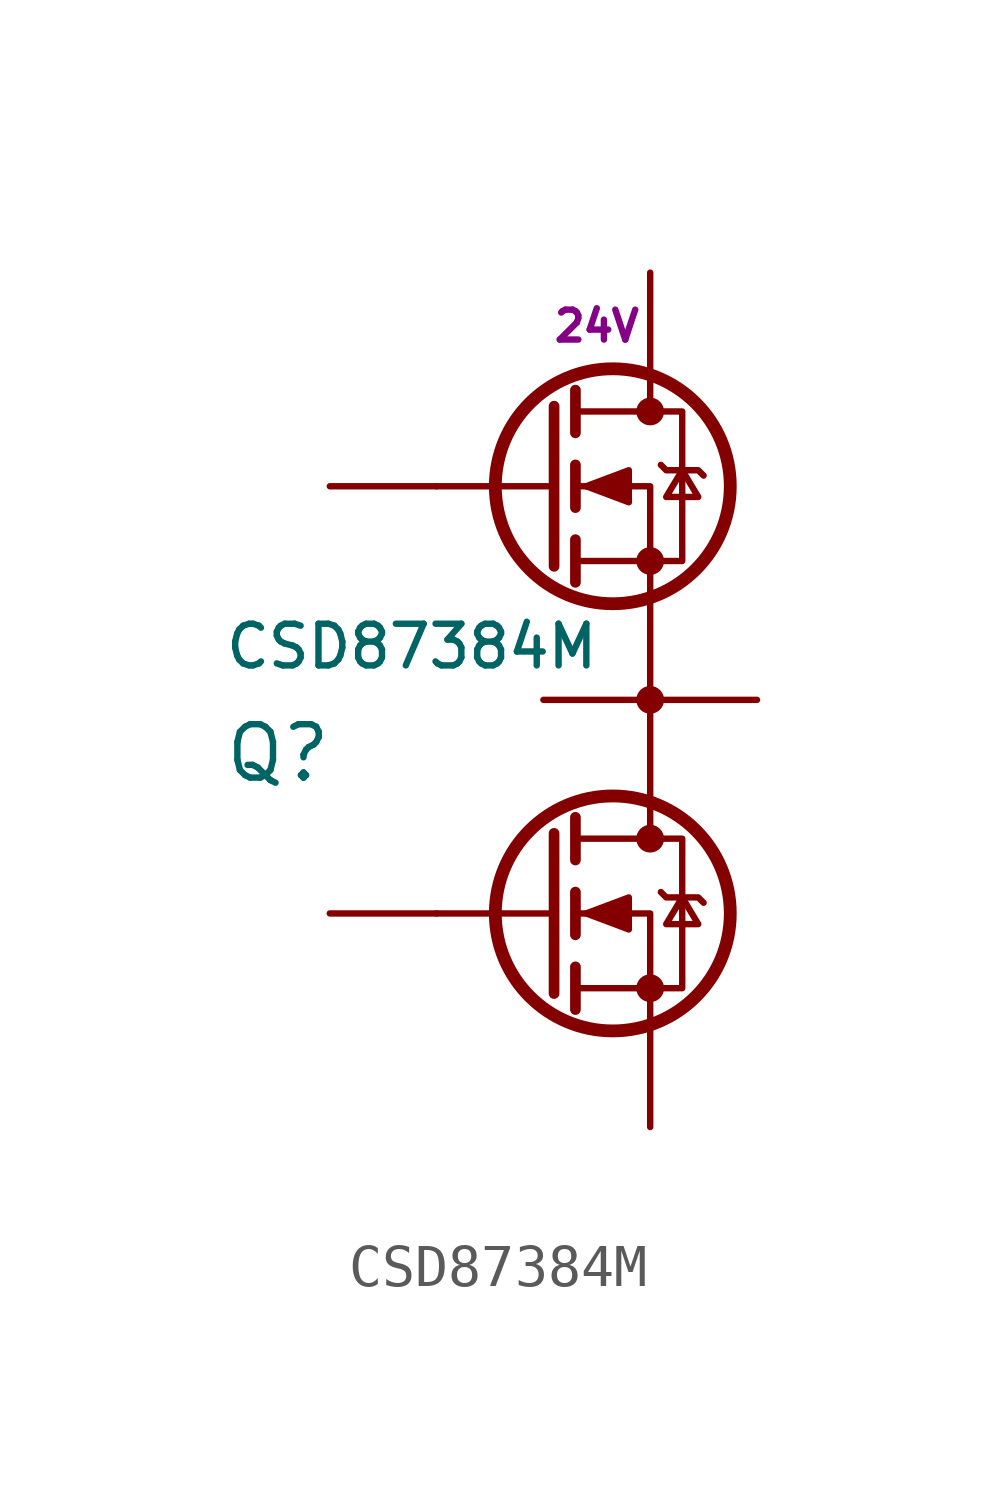
<source format=kicad_sym>
(kicad_symbol_lib
  (version 20211014)
  (generator kicad_symbol_editor)
  (symbol "CSD87384M"
    (pin_numbers hide)
    (pin_names
      (offset 0.254) hide)
    (property "Reference" "Q"
      (at -10.16 -1.27 0)
      (effects (font (size 1.27 1.27)) (justify left)))
    (property "Value" "CSD87384M"
      (at -10.16 1.27 0)
      (effects (font (size 0.991 0.991)) (justify left)))
    (property "VDS" "24V"
      (at -1.27 8.89 0)
      (effects (font (size 0.711 0.711))))
    (symbol "CSD87384M_1_1"
      (circle (center -0.889 -5.08) (radius 2.794) (stroke (width 0.305) (type default) (color 0 0 0 0)) (fill (type none)))
      (circle (center -0.889 5.08) (radius 2.794) (stroke (width 0.305) (type default) (color 0 0 0 0)) (fill (type none)))
      (circle (center 0 -6.858) (radius 0.254) (stroke (width 0) (type default) (color 0 0 0 0)) (fill (type outline)))
      (circle (center 0 -3.302) (radius 0.254) (stroke (width 0) (type default) (color 0 0 0 0)) (fill (type outline)))
      (polyline (pts (xy -2.286 -5.08) (xy -5.08 -5.08)) (stroke (width 0) (type default) (color 0 0 0 0)) (fill (type none)))
      (polyline (pts (xy -2.286 -3.175) (xy -2.286 -6.985)) (stroke (width 0.254) (type default) (color 0 0 0 0)) (fill (type none)))
      (polyline (pts (xy -2.286 5.08) (xy -5.08 5.08)) (stroke (width 0) (type default) (color 0 0 0 0)) (fill (type none)))
      (polyline (pts (xy -2.286 6.985) (xy -2.286 3.175)) (stroke (width 0.254) (type default) (color 0 0 0 0)) (fill (type none)))
      (polyline (pts (xy -1.778 -6.35) (xy -1.778 -7.366)) (stroke (width 0.254) (type default) (color 0 0 0 0)) (fill (type none)))
      (polyline (pts (xy -1.778 -4.572) (xy -1.778 -5.588)) (stroke (width 0.254) (type default) (color 0 0 0 0)) (fill (type none)))
      (polyline (pts (xy -1.778 -2.794) (xy -1.778 -3.81)) (stroke (width 0.254) (type default) (color 0 0 0 0)) (fill (type none)))
      (polyline (pts (xy -1.778 3.81) (xy -1.778 2.794)) (stroke (width 0.254) (type default) (color 0 0 0 0)) (fill (type none)))
      (polyline (pts (xy -1.778 5.588) (xy -1.778 4.572)) (stroke (width 0.254) (type default) (color 0 0 0 0)) (fill (type none)))
      (polyline (pts (xy -1.778 7.366) (xy -1.778 6.35)) (stroke (width 0.254) (type default) (color 0 0 0 0)) (fill (type none)))
      (polyline (pts (xy 0 7.62) (xy 0 6.858)) (stroke (width 0) (type default) (color 0 0 0 0)) (fill (type none)))
      (polyline (pts (xy 0 -7.62) (xy 0 -5.08) (xy -1.778 -5.08)) (stroke (width 0) (type default) (color 0 0 0 0)) (fill (type none)))
      (polyline (pts (xy 0 -3.302) (xy 0 5.08) (xy -1.778 5.08)) (stroke (width 0) (type default) (color 0 0 0 0)) (fill (type none)))
      (polyline (pts (xy -1.778 -6.858) (xy 0.762 -6.858) (xy 0.762 -3.302) (xy -1.778 -3.302)) (stroke (width 0) (type default) (color 0 0 0 0)) (fill (type none)))
      (polyline (pts (xy -1.778 3.302) (xy 0.762 3.302) (xy 0.762 6.858) (xy -1.778 6.858)) (stroke (width 0) (type default) (color 0 0 0 0)) (fill (type none)))
      (polyline (pts (xy -1.524 -5.08) (xy -0.508 -4.699) (xy -0.508 -5.461) (xy -1.524 -5.08)) (stroke (width 0) (type default) (color 0 0 0 0)) (fill (type outline)))
      (polyline (pts (xy -1.524 5.08) (xy -0.508 5.461) (xy -0.508 4.699) (xy -1.524 5.08)) (stroke (width 0) (type default) (color 0 0 0 0)) (fill (type outline)))
      (polyline (pts (xy 0.254 -4.572) (xy 0.381 -4.699) (xy 1.143 -4.699) (xy 1.27 -4.826)) (stroke (width 0) (type default) (color 0 0 0 0)) (fill (type none)))
      (polyline (pts (xy 0.254 5.588) (xy 0.381 5.461) (xy 1.143 5.461) (xy 1.27 5.334)) (stroke (width 0) (type default) (color 0 0 0 0)) (fill (type none)))
      (polyline (pts (xy 0.762 -4.699) (xy 0.381 -5.334) (xy 1.143 -5.334) (xy 0.762 -4.699)) (stroke (width 0) (type default) (color 0 0 0 0)) (fill (type none)))
      (polyline (pts (xy 0.762 5.461) (xy 0.381 4.826) (xy 1.143 4.826) (xy 0.762 5.461)) (stroke (width 0) (type default) (color 0 0 0 0)) (fill (type none)))
      (circle (center 0 0) (radius 0.254) (stroke (width 0) (type default) (color 0 0 0 0)) (fill (type outline)))
      (circle (center 0 3.302) (radius 0.254) (stroke (width 0) (type default) (color 0 0 0 0)) (fill (type outline)))
      (circle (center 0 6.858) (radius 0.254) (stroke (width 0) (type default) (color 0 0 0 0)) (fill (type outline)))
      (pin passive line (at 0 -10.16 90) (length 2.54) (name "S2" (effects (font (size 1.27 1.27)))) (number "1" (effects (font (size 1.27 1.27)))))
      (pin input line (at -7.62 -5.08 0) (length 2.54) (name "G2" (effects (font (size 1.27 1.27)))) (number "2" (effects (font (size 1.27 1.27)))))
      (pin passive line (at -2.54 0 0) (length 2.54) (name "S1/D2" (effects (font (size 1.27 1.27)))) (number "3" (effects (font (size 1.27 1.27)))))
      (pin passive line (at 2.54 0 180) (length 2.54) (name "S1/D2" (effects (font (size 1.27 1.27)))) (number "3" (effects (font (size 1.27 1.27)))))
      (pin input line (at -7.62 5.08 0) (length 2.54) (name "G1" (effects (font (size 1.27 1.27)))) (number "4" (effects (font (size 1.27 1.27)))))
      (pin passive line (at 0 10.16 270) (length 2.54) (name "D1" (effects (font (size 1.27 1.27)))) (number "5" (effects (font (size 1.27 1.27))))))))
</source>
